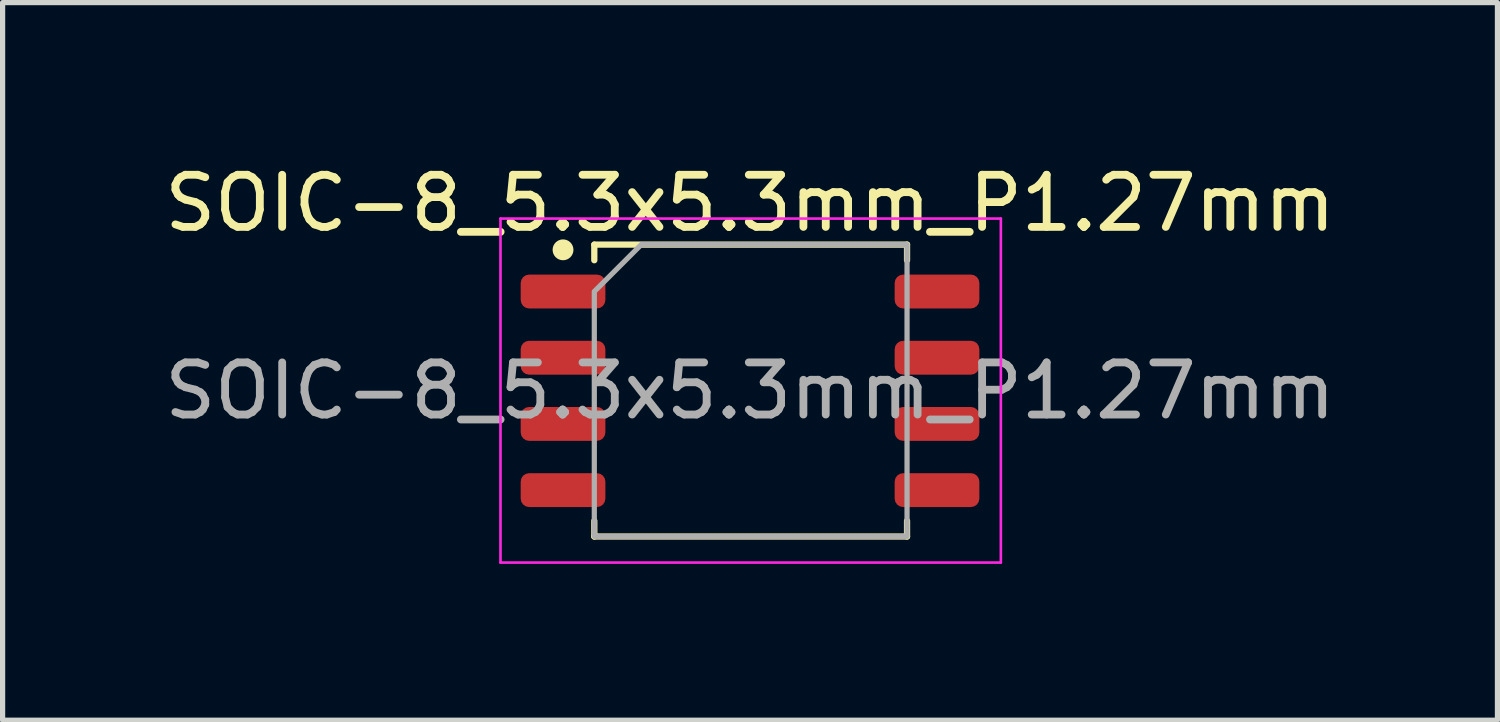
<source format=kicad_pcb>
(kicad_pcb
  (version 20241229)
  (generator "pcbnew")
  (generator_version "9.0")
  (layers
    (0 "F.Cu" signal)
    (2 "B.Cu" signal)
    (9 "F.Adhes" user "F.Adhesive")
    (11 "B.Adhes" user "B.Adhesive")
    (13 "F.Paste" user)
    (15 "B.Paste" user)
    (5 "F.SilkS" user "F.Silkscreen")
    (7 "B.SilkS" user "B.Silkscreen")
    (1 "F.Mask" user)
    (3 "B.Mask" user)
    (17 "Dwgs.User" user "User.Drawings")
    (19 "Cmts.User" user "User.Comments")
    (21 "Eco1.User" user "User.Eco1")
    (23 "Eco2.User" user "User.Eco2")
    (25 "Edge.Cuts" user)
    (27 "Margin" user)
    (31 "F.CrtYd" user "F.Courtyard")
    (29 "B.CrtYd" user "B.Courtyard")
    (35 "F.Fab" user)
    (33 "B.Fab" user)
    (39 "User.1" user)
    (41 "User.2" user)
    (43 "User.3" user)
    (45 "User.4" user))
  (footprint "SOIC-8_5.3x5.3mm_P1.27mm"
    (layer "F.Cu")
    (at 11.327 4.443)
    (property "Reference" "SOIC-8_5.3x5.3mm_P1.27mm" (at 0.013 -3.595 0) (layer "F.SilkS") (effects (font (size 1 1) (thickness 0.15))))
    (attr smd)
    (fp_line (start -2.975 -2.8) (end 3.025 -2.8) (stroke (width 0.12) (type solid)) (layer "F.SilkS"))
    (fp_line (start -2.975 -2.5) (end -2.975 -2.8) (stroke (width 0.12) (type solid)) (layer "F.SilkS"))
    (fp_line (start -2.975 2.8) (end -2.975 2.5) (stroke (width 0.12) (type solid)) (layer "F.SilkS"))
    (fp_line (start 3.025 -2.8) (end 3.025 -2.5) (stroke (width 0.12) (type solid)) (layer "F.SilkS"))
    (fp_line (start 3.025 2.5) (end 3.025 2.8) (stroke (width 0.12) (type solid)) (layer "F.SilkS"))
    (fp_line (start 3.025 2.8) (end -2.975 2.8) (stroke (width 0.12) (type solid)) (layer "F.SilkS"))
    (fp_circle (center -3.575 -2.7) (end -3.575 -2.55) (stroke (width 0.1) (type default)) (fill yes) (layer "F.SilkS"))
    (fp_line (start -4.775 -3.3) (end 4.825 -3.3) (stroke (width 0.05) (type solid)) (layer "F.CrtYd"))
    (fp_line (start -4.775 3.3) (end -4.775 -3.3) (stroke (width 0.05) (type solid)) (layer "F.CrtYd"))
    (fp_line (start 4.825 -3.3) (end 4.825 3.3) (stroke (width 0.05) (type solid)) (layer "F.CrtYd"))
    (fp_line (start 4.825 3.3) (end -4.775 3.3) (stroke (width 0.05) (type solid)) (layer "F.CrtYd"))
    (fp_poly (pts (xy -2.975 -1.9) (xy -2.975 2.8) (xy 3.025 2.8) (xy 3.025 -2.8) (xy -2.075 -2.8)) (stroke (width 0.1) (type solid)) (fill no) (layer "F.Fab"))
    (fp_text user "${REFERENCE}" (at 0.013 0.005 0) (layer "F.Fab") (effects (font (size 1 1) (thickness 0.15))))
    (pad "1" smd roundrect (at -3.575 -1.9) (size 1.625 0.65) (layers "F.Cu" "F.Mask" "F.Paste") (roundrect_rratio 0.25))
    (pad "2" smd roundrect (at -3.575 -0.63) (size 1.625 0.65) (layers "F.Cu" "F.Mask" "F.Paste") (roundrect_rratio 0.25))
    (pad "3" smd roundrect (at -3.575 0.64) (size 1.625 0.65) (layers "F.Cu" "F.Mask" "F.Paste") (roundrect_rratio 0.25))
    (pad "4" smd roundrect (at -3.575 1.91) (size 1.625 0.65) (layers "F.Cu" "F.Mask" "F.Paste") (roundrect_rratio 0.25))
    (pad "5" smd roundrect (at 3.6 1.91) (size 1.625 0.65) (layers "F.Cu" "F.Mask" "F.Paste") (roundrect_rratio 0.25))
    (pad "6" smd roundrect (at 3.6 0.64) (size 1.625 0.65) (layers "F.Cu" "F.Mask" "F.Paste") (roundrect_rratio 0.25))
    (pad "7" smd roundrect (at 3.6 -0.63) (size 1.625 0.65) (layers "F.Cu" "F.Mask" "F.Paste") (roundrect_rratio 0.25))
    (pad "8" smd roundrect (at 3.6 -1.9) (size 1.625 0.65) (layers "F.Cu" "F.Mask" "F.Paste") (roundrect_rratio 0.25)))
  (gr_rect
    (start -3 -3)
    (end 25.679 10.768)
    (stroke (width 0.1) (type default))
    (fill no)
    (layer "Edge.Cuts")))
</source>
